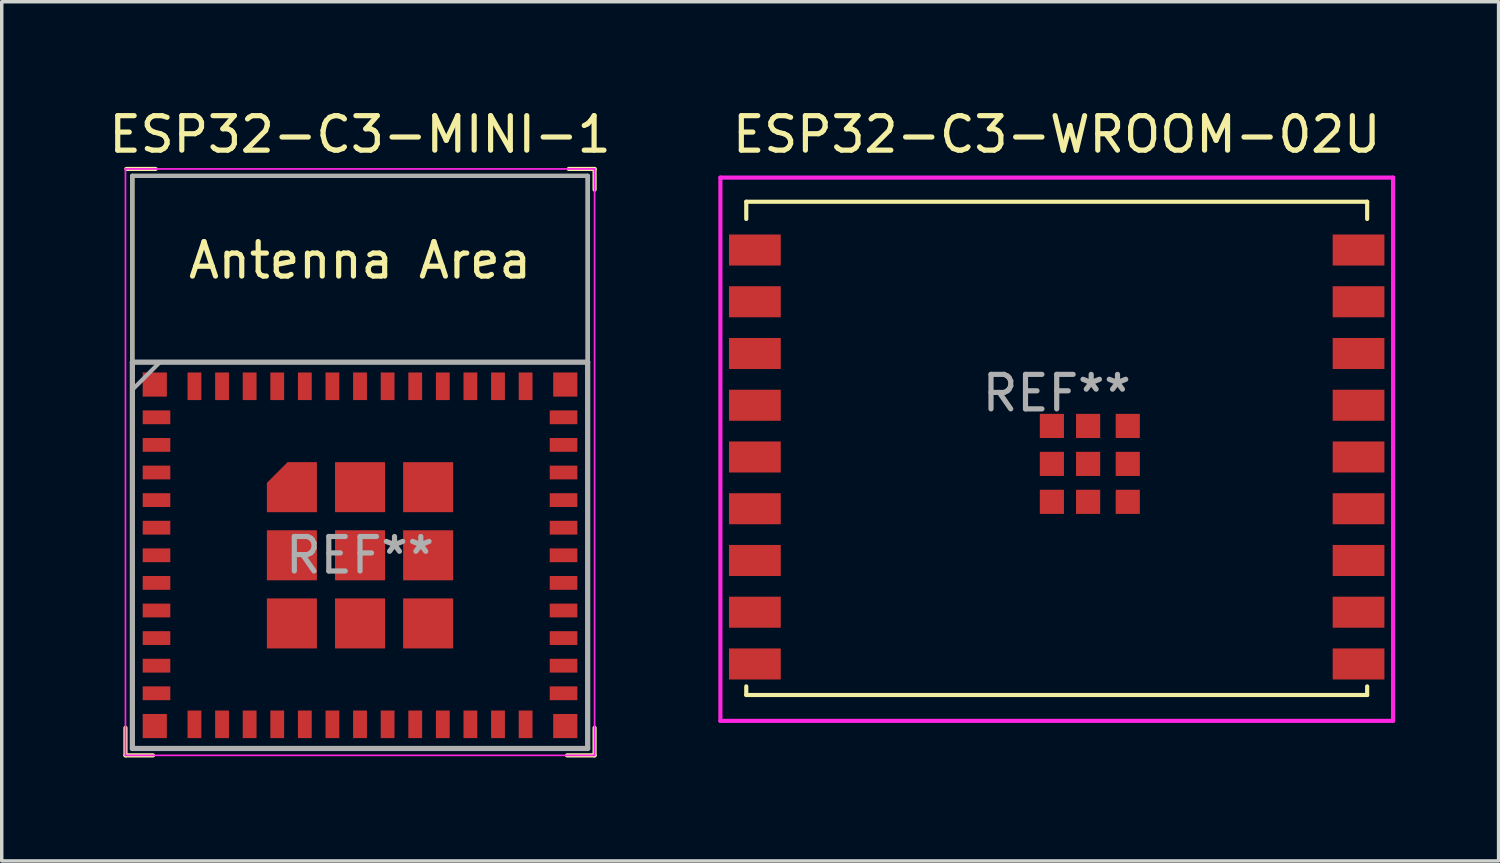
<source format=kicad_pcb>
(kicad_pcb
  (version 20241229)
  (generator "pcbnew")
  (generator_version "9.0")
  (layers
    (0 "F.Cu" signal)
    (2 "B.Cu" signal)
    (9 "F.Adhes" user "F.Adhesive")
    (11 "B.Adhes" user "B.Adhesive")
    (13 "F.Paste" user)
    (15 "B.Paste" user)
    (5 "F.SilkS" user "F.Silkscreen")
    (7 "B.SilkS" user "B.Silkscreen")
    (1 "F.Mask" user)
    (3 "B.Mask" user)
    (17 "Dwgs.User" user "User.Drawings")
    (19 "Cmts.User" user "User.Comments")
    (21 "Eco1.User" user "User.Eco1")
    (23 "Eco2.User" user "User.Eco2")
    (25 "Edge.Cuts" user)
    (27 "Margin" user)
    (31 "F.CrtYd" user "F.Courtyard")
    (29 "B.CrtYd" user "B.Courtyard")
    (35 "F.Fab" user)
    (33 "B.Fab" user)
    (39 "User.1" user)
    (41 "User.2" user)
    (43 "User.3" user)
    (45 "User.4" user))
  (footprint "ESP32-C3-WROOM-02U"
    (layer "F.Cu")
    (at 27.584 10.348)
    (property "Reference" "ESP32-C3-WROOM-02U" (at 0 -9.5 0) (layer "F.SilkS") (effects (font (size 1 1) (thickness 0.15))))
    (attr smd)
    (fp_line (start -9 -7.55) (end -9 -7.05) (stroke (width 0.12) (type solid)) (layer "F.SilkS"))
    (fp_line (start -9 6.75) (end -9 6.5) (stroke (width 0.12) (type solid)) (layer "F.SilkS"))
    (fp_line (start 9 -7.55) (end -9 -7.55) (stroke (width 0.12) (type solid)) (layer "F.SilkS"))
    (fp_line (start 9 -7.55) (end 9 -7.05) (stroke (width 0.12) (type solid)) (layer "F.SilkS"))
    (fp_line (start 9 6.5) (end 9 6.75) (stroke (width 0.12) (type solid)) (layer "F.SilkS"))
    (fp_line (start 9 6.75) (end -9 6.75) (stroke (width 0.12) (type solid)) (layer "F.SilkS"))
    (fp_line (start -9 -7.55) (end 9 -7.55) (stroke (width 0.12) (type solid)) (layer "Eco2.User"))
    (fp_line (start -9 6.75) (end -9 -7.55) (stroke (width 0.12) (type solid)) (layer "Eco2.User"))
    (fp_line (start 9 -7.55) (end 9 6.75) (stroke (width 0.12) (type solid)) (layer "Eco2.User"))
    (fp_line (start 9 6.75) (end -9 6.75) (stroke (width 0.12) (type solid)) (layer "Eco2.User"))
    (fp_line (start -9.75 -8.25) (end -9.75 7.5) (stroke (width 0.12) (type solid)) (layer "F.CrtYd"))
    (fp_line (start 9.75 -8.25) (end -9.75 -8.25) (stroke (width 0.12) (type solid)) (layer "F.CrtYd"))
    (fp_line (start 9.75 7.5) (end -9.75 7.5) (stroke (width 0.12) (type solid)) (layer "F.CrtYd"))
    (fp_line (start 9.75 7.5) (end 9.75 -8.25) (stroke (width 0.12) (type solid)) (layer "F.CrtYd"))
    (fp_text user "REF**" (at 0 -2 0) (layer "F.Fab") (effects (font (size 1 1) (thickness 0.15))))
    (pad "1" smd rect (at -8.75 -6.15) (size 1.5 0.9) (layers "F.Cu" "F.Mask" "F.Paste"))
    (pad "2" smd rect (at -8.75 -4.65) (size 1.5 0.9) (layers "F.Cu" "F.Mask" "F.Paste"))
    (pad "3" smd rect (at -8.75 -3.15) (size 1.5 0.9) (layers "F.Cu" "F.Mask" "F.Paste"))
    (pad "4" smd rect (at -8.75 -1.65) (size 1.5 0.9) (layers "F.Cu" "F.Mask" "F.Paste"))
    (pad "5" smd rect (at -8.75 -0.15) (size 1.5 0.9) (layers "F.Cu" "F.Mask" "F.Paste"))
    (pad "6" smd rect (at -8.75 1.35) (size 1.5 0.9) (layers "F.Cu" "F.Mask" "F.Paste"))
    (pad "7" smd rect (at -8.75 2.85) (size 1.5 0.9) (layers "F.Cu" "F.Mask" "F.Paste"))
    (pad "8" smd rect (at -8.75 4.35) (size 1.5 0.9) (layers "F.Cu" "F.Mask" "F.Paste"))
    (pad "9" smd rect (at -8.75 5.85) (size 1.5 0.9) (layers "F.Cu" "F.Mask" "F.Paste"))
    (pad "10" smd rect (at 8.75 5.85 180) (size 1.5 0.9) (layers "F.Cu" "F.Mask" "F.Paste"))
    (pad "11" smd rect (at 8.75 4.35 180) (size 1.5 0.9) (layers "F.Cu" "F.Mask" "F.Paste"))
    (pad "12" smd rect (at 8.75 2.85 180) (size 1.5 0.9) (layers "F.Cu" "F.Mask" "F.Paste"))
    (pad "13" smd rect (at 8.75 1.35 180) (size 1.5 0.9) (layers "F.Cu" "F.Mask" "F.Paste"))
    (pad "14" smd rect (at 8.75 -0.15 180) (size 1.5 0.9) (layers "F.Cu" "F.Mask" "F.Paste"))
    (pad "15" smd rect (at 8.75 -1.65 180) (size 1.5 0.9) (layers "F.Cu" "F.Mask" "F.Paste"))
    (pad "16" smd rect (at 8.75 -3.15 180) (size 1.5 0.9) (layers "F.Cu" "F.Mask" "F.Paste"))
    (pad "17" smd rect (at 8.75 -4.65 180) (size 1.5 0.9) (layers "F.Cu" "F.Mask" "F.Paste"))
    (pad "18" smd rect (at 8.75 -6.15 180) (size 1.5 0.9) (layers "F.Cu" "F.Mask" "F.Paste"))
    (pad "19" smd rect (at -0.14 -1.05 180) (size 0.7 0.7) (layers "F.Cu" "F.Mask" "F.Paste"))
    (pad "19" smd rect (at -0.14 0.05 180) (size 0.7 0.7) (layers "F.Cu" "F.Mask" "F.Paste"))
    (pad "19" smd rect (at -0.14 1.15 180) (size 0.7 0.7) (layers "F.Cu" "F.Mask" "F.Paste"))
    (pad "19" smd rect (at 0.91 -1.05 180) (size 0.7 0.7) (layers "F.Cu" "F.Mask" "F.Paste"))
    (pad "19" smd rect (at 0.91 0.05 180) (size 0.7 0.7) (layers "F.Cu" "F.Mask" "F.Paste"))
    (pad "19" smd rect (at 0.91 1.15 180) (size 0.7 0.7) (layers "F.Cu" "F.Mask" "F.Paste"))
    (pad "19" smd rect (at 2.06 -1.05 180) (size 0.7 0.7) (layers "F.Cu" "F.Mask" "F.Paste"))
    (pad "19" smd rect (at 2.06 0.05 180) (size 0.7 0.7) (layers "F.Cu" "F.Mask" "F.Paste"))
    (pad "19" smd rect (at 2.06 1.15 180) (size 0.7 0.7) (layers "F.Cu" "F.Mask" "F.Paste")))
  (footprint "ESP32-C3-MINI-1"
    (layer "F.Cu")
    (at 7.387 13.048)
    (property "Reference" "ESP32-C3-MINI-1" (at 0 -12.2 0) (layer "F.SilkS") (effects (font (size 1 1) (thickness 0.15))))
    (attr smd)
    (fp_line (start -6.8 5) (end -6.8 5.8) (stroke (width 0.12) (type solid)) (layer "F.SilkS"))
    (fp_line (start -6.8 5.8) (end -6 5.8) (stroke (width 0.12) (type solid)) (layer "F.SilkS"))
    (fp_line (start -6.6 -11) (end 6.6 -11) (stroke (width 0.12) (type solid)) (layer "F.SilkS"))
    (fp_line (start -6.6 -5.6) (end 6.6 -5.6) (stroke (width 0.12) (type solid)) (layer "F.SilkS"))
    (fp_line (start -6.6 5.6) (end -6.6 -11) (stroke (width 0.12) (type solid)) (layer "F.SilkS"))
    (fp_line (start -5.925 -11.2) (end -6.775 -11.2) (stroke (width 0.12) (type solid)) (layer "F.SilkS"))
    (fp_line (start 6.05 -11.2) (end 6.8 -11.2) (stroke (width 0.12) (type solid)) (layer "F.SilkS"))
    (fp_line (start 6.6 -11) (end 6.6 5.6) (stroke (width 0.12) (type solid)) (layer "F.SilkS"))
    (fp_line (start 6.6 5.6) (end -6.6 5.6) (stroke (width 0.12) (type solid)) (layer "F.SilkS"))
    (fp_line (start 6.8 -11.2) (end 6.8 -10.6) (stroke (width 0.12) (type solid)) (layer "F.SilkS"))
    (fp_line (start 6.8 5) (end 6.8 5.8) (stroke (width 0.12) (type solid)) (layer "F.SilkS"))
    (fp_line (start 6.8 5.8) (end 6 5.8) (stroke (width 0.12) (type solid)) (layer "F.SilkS"))
    (fp_line (start -6.8 -11.2) (end 6.8 -11.2) (stroke (width 0.05) (type solid)) (layer "F.CrtYd"))
    (fp_line (start -6.8 5.8) (end -6.8 -11.2) (stroke (width 0.05) (type solid)) (layer "F.CrtYd"))
    (fp_line (start 6.8 -11.2) (end 6.8 5.8) (stroke (width 0.05) (type solid)) (layer "F.CrtYd"))
    (fp_line (start 6.8 5.8) (end -6.8 5.8) (stroke (width 0.05) (type solid)) (layer "F.CrtYd"))
    (fp_line (start -6.6 -5.6) (end -6.6 -11) (stroke (width 0.12) (type solid)) (layer "F.Fab"))
    (fp_line (start -6.6 -5.6) (end -6.6 5.6) (stroke (width 0.15) (type solid)) (layer "F.Fab"))
    (fp_line (start -6.6 5.6) (end 6.6 5.6) (stroke (width 0.15) (type solid)) (layer "F.Fab"))
    (fp_line (start -5.8 -5.6) (end -6.6 -4.8) (stroke (width 0.12) (type solid)) (layer "F.Fab"))
    (fp_line (start 6.6 -11) (end -6.6 -11) (stroke (width 0.12) (type solid)) (layer "F.Fab"))
    (fp_line (start 6.6 -5.6) (end -6.6 -5.6) (stroke (width 0.15) (type solid)) (layer "F.Fab"))
    (fp_line (start 6.6 -5.6) (end 6.6 -11) (stroke (width 0.12) (type solid)) (layer "F.Fab"))
    (fp_line (start 6.6 5.6) (end 6.6 -5.6) (stroke (width 0.15) (type solid)) (layer "F.Fab"))
    (fp_text user "Antenna Area" (at 0 -8.55 0) (layer "F.SilkS") (effects (font (size 1 1) (thickness 0.15))))
    (fp_text user "REF**" (at 0 0 0) (layer "F.Fab") (effects (font (size 1 1) (thickness 0.15))))
    (pad "1" smd rect (at -5.9 -4 90) (size 0.4 0.8) (layers "F.Cu" "F.Mask" "F.Paste"))
    (pad "2" smd rect (at -5.9 -3.2 90) (size 0.4 0.8) (layers "F.Cu" "F.Mask" "F.Paste"))
    (pad "3" smd rect (at -5.9 -2.4 90) (size 0.4 0.8) (layers "F.Cu" "F.Mask" "F.Paste"))
    (pad "4" smd rect (at -5.9 -1.6 90) (size 0.4 0.8) (layers "F.Cu" "F.Mask" "F.Paste"))
    (pad "5" smd rect (at -5.9 -0.8 90) (size 0.4 0.8) (layers "F.Cu" "F.Mask" "F.Paste"))
    (pad "6" smd rect (at -5.9 0 90) (size 0.4 0.8) (layers "F.Cu" "F.Mask" "F.Paste"))
    (pad "7" smd rect (at -5.9 0.8 90) (size 0.4 0.8) (layers "F.Cu" "F.Mask" "F.Paste"))
    (pad "8" smd rect (at -5.9 1.6 90) (size 0.4 0.8) (layers "F.Cu" "F.Mask" "F.Paste"))
    (pad "9" smd rect (at -5.9 2.4 90) (size 0.4 0.8) (layers "F.Cu" "F.Mask" "F.Paste"))
    (pad "10" smd rect (at -5.9 3.2 90) (size 0.4 0.8) (layers "F.Cu" "F.Mask" "F.Paste"))
    (pad "11" smd rect (at -5.9 4 90) (size 0.4 0.8) (layers "F.Cu" "F.Mask" "F.Paste"))
    (pad "12" smd rect (at -4.8 4.9) (size 0.4 0.8) (layers "F.Cu" "F.Mask" "F.Paste"))
    (pad "13" smd rect (at -4 4.9) (size 0.4 0.8) (layers "F.Cu" "F.Mask" "F.Paste"))
    (pad "14" smd rect (at -3.2 4.9) (size 0.4 0.8) (layers "F.Cu" "F.Mask" "F.Paste"))
    (pad "15" smd rect (at -2.4 4.9) (size 0.4 0.8) (layers "F.Cu" "F.Mask" "F.Paste"))
    (pad "16" smd rect (at -1.6 4.9) (size 0.4 0.8) (layers "F.Cu" "F.Mask" "F.Paste"))
    (pad "17" smd rect (at -0.8 4.9) (size 0.4 0.8) (layers "F.Cu" "F.Mask" "F.Paste"))
    (pad "18" smd rect (at 0 4.9) (size 0.4 0.8) (layers "F.Cu" "F.Mask" "F.Paste"))
    (pad "19" smd rect (at 0.8 4.9) (size 0.4 0.8) (layers "F.Cu" "F.Mask" "F.Paste"))
    (pad "20" smd rect (at 1.6 4.9) (size 0.4 0.8) (layers "F.Cu" "F.Mask" "F.Paste"))
    (pad "21" smd rect (at 2.4 4.9) (size 0.4 0.8) (layers "F.Cu" "F.Mask" "F.Paste"))
    (pad "22" smd rect (at 3.2 4.9) (size 0.4 0.8) (layers "F.Cu" "F.Mask" "F.Paste"))
    (pad "23" smd rect (at 4 4.9) (size 0.4 0.8) (layers "F.Cu" "F.Mask" "F.Paste"))
    (pad "24" smd rect (at 4.8 4.9) (size 0.4 0.8) (layers "F.Cu" "F.Mask" "F.Paste"))
    (pad "25" smd rect (at 5.9 4 90) (size 0.4 0.8) (layers "F.Cu" "F.Mask" "F.Paste"))
    (pad "26" smd rect (at 5.9 3.2 90) (size 0.4 0.8) (layers "F.Cu" "F.Mask" "F.Paste"))
    (pad "27" smd rect (at 5.9 2.4 90) (size 0.4 0.8) (layers "F.Cu" "F.Mask" "F.Paste"))
    (pad "28" smd rect (at 5.9 1.6 90) (size 0.4 0.8) (layers "F.Cu" "F.Mask" "F.Paste"))
    (pad "29" smd rect (at 5.9 0.8 90) (size 0.4 0.8) (layers "F.Cu" "F.Mask" "F.Paste"))
    (pad "30" smd rect (at 5.9 0 90) (size 0.4 0.8) (layers "F.Cu" "F.Mask" "F.Paste"))
    (pad "31" smd rect (at 5.9 -0.8 90) (size 0.4 0.8) (layers "F.Cu" "F.Mask" "F.Paste"))
    (pad "32" smd rect (at 5.9 -1.6 90) (size 0.4 0.8) (layers "F.Cu" "F.Mask" "F.Paste"))
    (pad "33" smd rect (at 5.9 -2.4 90) (size 0.4 0.8) (layers "F.Cu" "F.Mask" "F.Paste"))
    (pad "34" smd rect (at 5.9 -3.2 90) (size 0.4 0.8) (layers "F.Cu" "F.Mask" "F.Paste"))
    (pad "35" smd rect (at 5.9 -4 90) (size 0.4 0.8) (layers "F.Cu" "F.Mask" "F.Paste"))
    (pad "36" smd rect (at -5.95 -4.95 90) (size 0.7 0.7) (layers "F.Cu" "F.Mask" "F.Paste"))
    (pad "36" smd rect (at -5.95 4.95 90) (size 0.7 0.7) (layers "F.Cu" "F.Mask" "F.Paste"))
    (pad "36" smd rect (at -4.8 -4.9) (size 0.4 0.8) (layers "F.Cu" "F.Mask" "F.Paste"))
    (pad "36" smd rect (at -4 -4.9) (size 0.4 0.8) (layers "F.Cu" "F.Mask" "F.Paste"))
    (pad "36" smd rect (at -3.2 -4.9) (size 0.4 0.8) (layers "F.Cu" "F.Mask" "F.Paste"))
    (pad "36" smd rect (at -2.4 -4.9) (size 0.4 0.8) (layers "F.Cu" "F.Mask" "F.Paste"))
    (pad "36" smd custom (at -1.975 -1.975) (size 0.8 0.8) (layers "F.Cu" "F.Mask" "F.Paste") (options (anchor rect)) (primitives (gr_poly (pts (xy 0.725 0.725) (xy -0.725 0.725) (xy -0.725 -0.125) (xy -0.125 -0.725) (xy 0.725 -0.725)) (width 0) (fill yes))))
    (pad "36" smd rect (at -1.975 0 90) (size 1.45 1.45) (layers "F.Cu" "F.Mask" "F.Paste"))
    (pad "36" smd rect (at -1.975 1.975 90) (size 1.45 1.45) (layers "F.Cu" "F.Mask" "F.Paste"))
    (pad "36" smd rect (at -1.6 -4.9) (size 0.4 0.8) (layers "F.Cu" "F.Mask" "F.Paste"))
    (pad "36" smd rect (at -0.8 -4.9) (size 0.4 0.8) (layers "F.Cu" "F.Mask" "F.Paste"))
    (pad "36" smd rect (at 0 -4.9) (size 0.4 0.8) (layers "F.Cu" "F.Mask" "F.Paste"))
    (pad "36" smd rect (at 0 -1.975 90) (size 1.45 1.45) (layers "F.Cu" "F.Mask" "F.Paste"))
    (pad "36" smd rect (at 0 0 90) (size 1.45 1.45) (layers "F.Cu" "F.Mask" "F.Paste"))
    (pad "36" smd rect (at 0 1.975 90) (size 1.45 1.45) (layers "F.Cu" "F.Mask" "F.Paste"))
    (pad "36" smd rect (at 0.8 -4.9) (size 0.4 0.8) (layers "F.Cu" "F.Mask" "F.Paste"))
    (pad "36" smd rect (at 1.6 -4.9) (size 0.4 0.8) (layers "F.Cu" "F.Mask" "F.Paste"))
    (pad "36" smd rect (at 1.975 -1.975 90) (size 1.45 1.45) (layers "F.Cu" "F.Mask" "F.Paste"))
    (pad "36" smd rect (at 1.975 0 90) (size 1.45 1.45) (layers "F.Cu" "F.Mask" "F.Paste"))
    (pad "36" smd rect (at 1.975 1.975 90) (size 1.45 1.45) (layers "F.Cu" "F.Mask" "F.Paste"))
    (pad "36" smd rect (at 2.4 -4.9) (size 0.4 0.8) (layers "F.Cu" "F.Mask" "F.Paste"))
    (pad "36" smd rect (at 3.2 -4.9) (size 0.4 0.8) (layers "F.Cu" "F.Mask" "F.Paste"))
    (pad "36" smd rect (at 4 -4.9) (size 0.4 0.8) (layers "F.Cu" "F.Mask" "F.Paste"))
    (pad "36" smd rect (at 4.8 -4.9) (size 0.4 0.8) (layers "F.Cu" "F.Mask" "F.Paste"))
    (pad "36" smd rect (at 5.95 -4.95 90) (size 0.7 0.7) (layers "F.Cu" "F.Mask" "F.Paste"))
    (pad "36" smd rect (at 5.95 4.95 90) (size 0.7 0.7) (layers "F.Cu" "F.Mask" "F.Paste")))
  (gr_rect
    (start -3 -3)
    (end 40.394 21.908)
    (stroke (width 0.1) (type default))
    (fill no)
    (layer "Edge.Cuts")))
</source>
